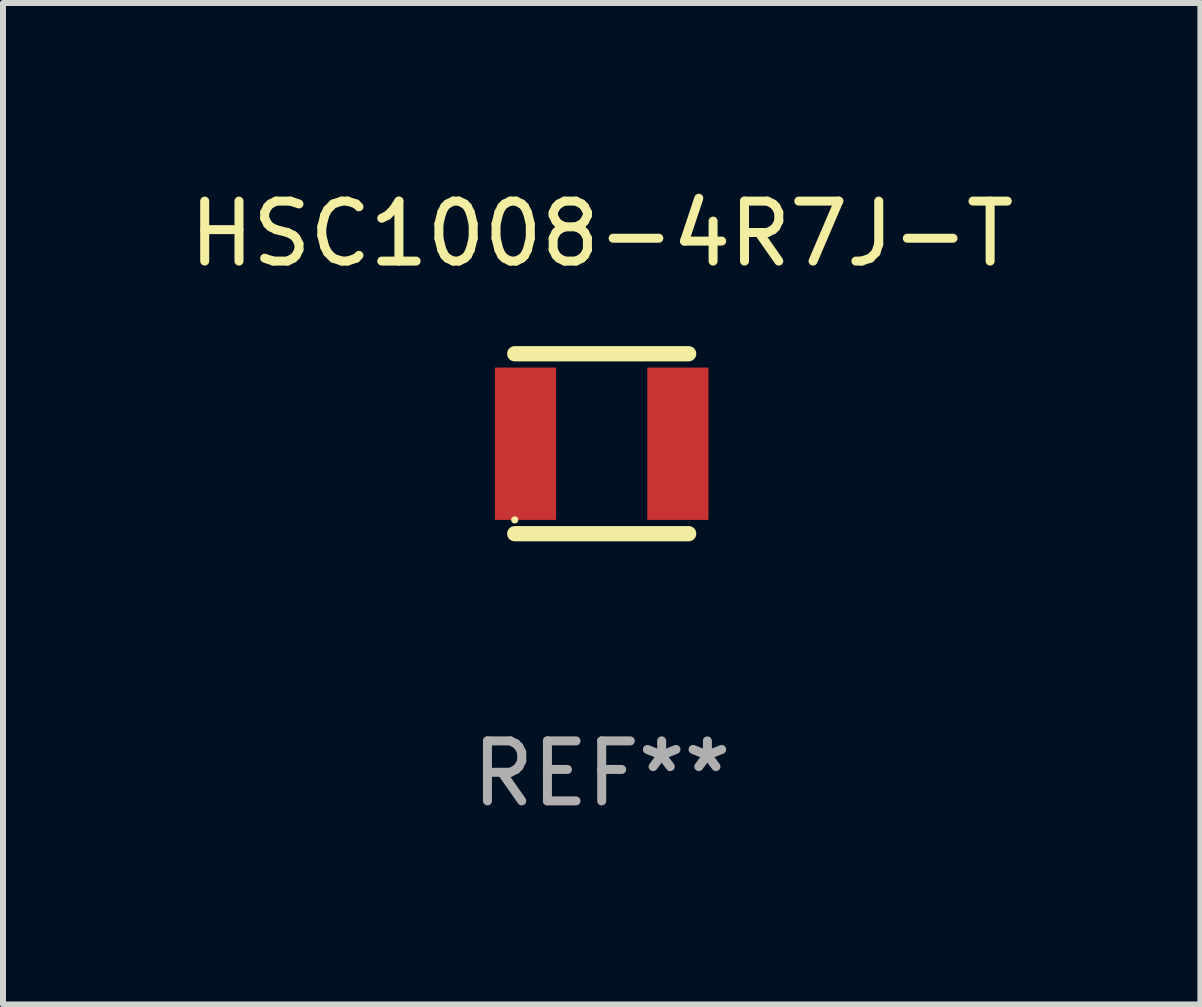
<source format=kicad_pcb>
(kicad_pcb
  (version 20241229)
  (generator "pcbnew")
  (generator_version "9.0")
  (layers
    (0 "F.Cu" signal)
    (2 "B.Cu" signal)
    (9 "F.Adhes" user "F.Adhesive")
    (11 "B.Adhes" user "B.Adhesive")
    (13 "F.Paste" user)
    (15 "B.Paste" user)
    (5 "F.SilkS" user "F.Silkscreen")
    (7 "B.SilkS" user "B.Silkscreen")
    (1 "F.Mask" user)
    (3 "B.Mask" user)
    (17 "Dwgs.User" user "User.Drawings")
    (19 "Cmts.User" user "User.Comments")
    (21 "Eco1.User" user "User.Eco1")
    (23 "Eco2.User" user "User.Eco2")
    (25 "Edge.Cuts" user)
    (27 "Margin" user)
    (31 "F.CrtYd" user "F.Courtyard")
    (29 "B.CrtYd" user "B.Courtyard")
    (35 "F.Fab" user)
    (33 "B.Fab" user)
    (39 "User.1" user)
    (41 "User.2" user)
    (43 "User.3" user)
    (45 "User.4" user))
  (footprint "HSC1008-4R7J-T"
    (layer "F.Cu")
    (at 6.982 4.348)
    (property "Reference" "HSC1008-4R7J-T" (at 0 -3.5 0) (layer "F.SilkS") (effects (font (size 1 1) (thickness 0.15))))
    (attr through_hole)
    (fp_line (start -1.45 -1.5) (end 1.45 -1.5) (stroke (width 0.254) (type solid)) (layer "F.SilkS"))
    (fp_line (start -1.45 1.5) (end 1.45 1.5) (stroke (width 0.254) (type solid)) (layer "F.SilkS"))
    (fp_circle (center -1.45 1.27) (end -1.42 1.27) (stroke (width 0.06) (type solid)) (fill no) (layer "F.SilkS"))
    (fp_text user "REF**" (at 0 5.5 0) (layer "F.Fab") (effects (font (size 1 1) (thickness 0.15))))
    (pad "1" smd rect (at -1.27 0 90) (size 2.54 1.02) (layers "F.Cu" "F.Mask" "F.Paste"))
    (pad "2" smd rect (at 1.27 0 90) (size 2.54 1.02) (layers "F.Cu" "F.Mask" "F.Paste")))
  (gr_rect
    (start -3 -3)
    (end 16.964 13.697)
    (stroke (width 0.1) (type default))
    (fill no)
    (layer "Edge.Cuts")))
</source>
